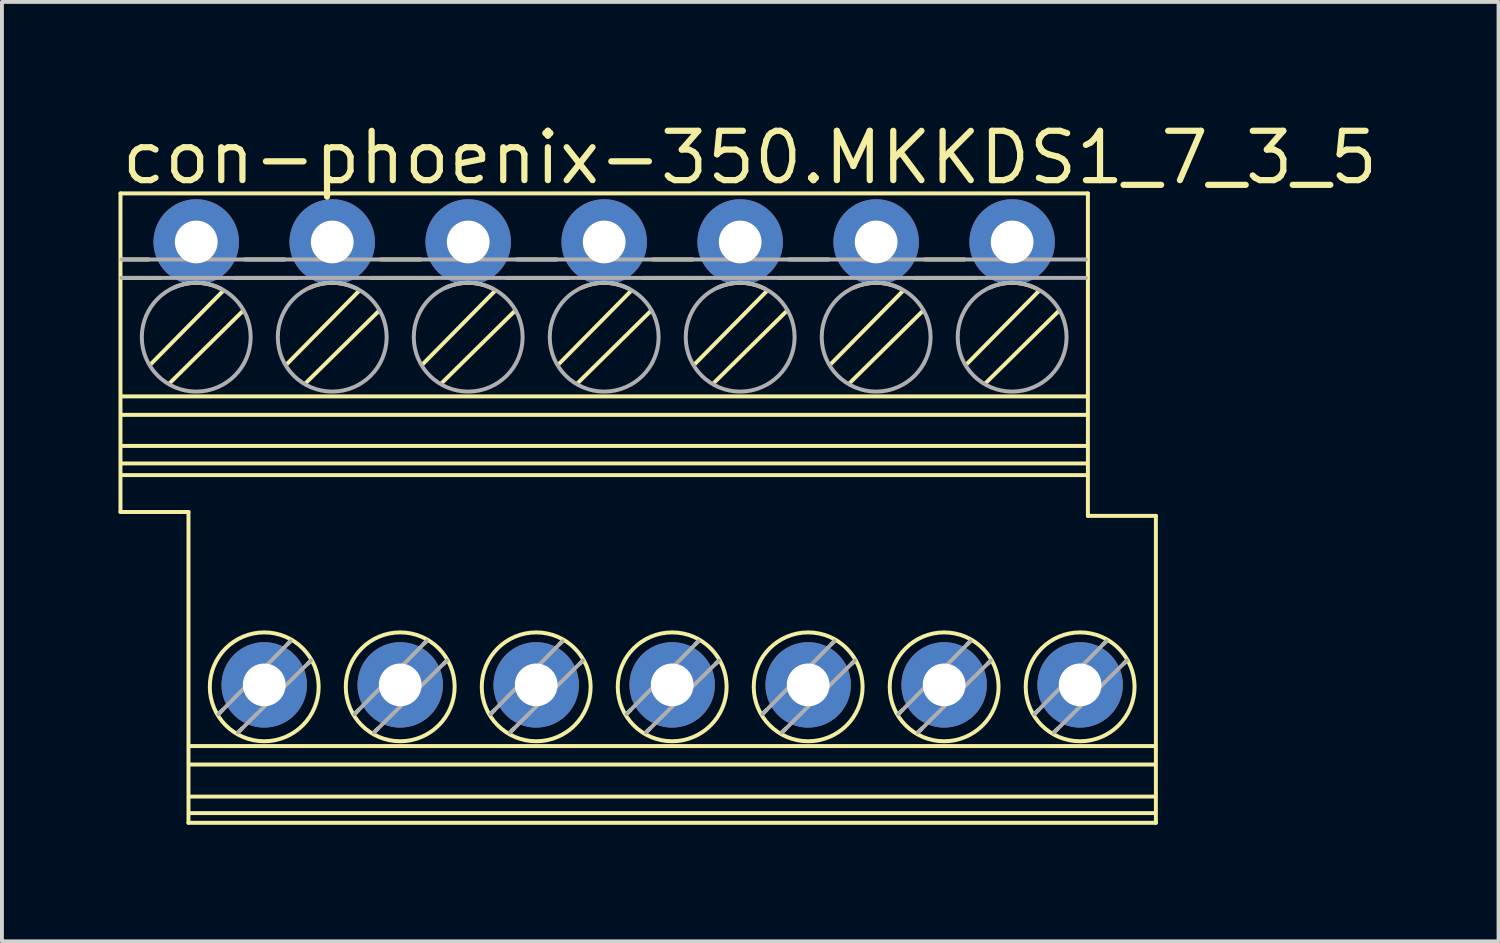
<source format=kicad_pcb>
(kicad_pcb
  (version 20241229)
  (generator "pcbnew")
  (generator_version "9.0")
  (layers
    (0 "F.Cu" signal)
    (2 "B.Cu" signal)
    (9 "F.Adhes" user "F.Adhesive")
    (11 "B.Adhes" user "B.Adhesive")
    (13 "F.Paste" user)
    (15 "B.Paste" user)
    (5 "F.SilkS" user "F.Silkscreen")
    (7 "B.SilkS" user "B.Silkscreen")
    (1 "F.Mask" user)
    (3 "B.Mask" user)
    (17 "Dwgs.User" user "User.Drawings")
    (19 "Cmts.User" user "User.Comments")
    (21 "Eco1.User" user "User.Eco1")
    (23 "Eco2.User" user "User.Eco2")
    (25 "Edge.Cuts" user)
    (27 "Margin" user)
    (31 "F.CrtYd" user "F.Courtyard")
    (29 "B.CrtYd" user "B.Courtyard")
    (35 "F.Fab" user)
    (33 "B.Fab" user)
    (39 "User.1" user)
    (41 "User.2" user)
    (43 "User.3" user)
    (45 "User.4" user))
  (footprint "con-phoenix-350.MKKDS1_7_3_5"
    (layer "F.Cu")
    (at 12.501 10.028)
    (property "Reference" "con-phoenix-350.MKKDS1_7_3_5" (at -12.501 -8.278 0) (layer "F.SilkS") (effects (font (size 1.27 1.27) (thickness 0.16)) (justify left bottom)))
    (attr through_hole)
    (fp_line (start -12.45 -8.1) (end 12.45 -8.1) (stroke (width 0.102) (type default)) (layer "F.SilkS"))
    (fp_line (start -12.45 0.1) (end -12.45 -8.1) (stroke (width 0.102) (type default)) (layer "F.SilkS"))
    (fp_line (start -12.425 -6.4) (end -11.725 -6.4) (stroke (width 0.102) (type default)) (layer "F.SilkS"))
    (fp_line (start -12.425 -5.925) (end -11.425 -5.925) (stroke (width 0.102) (type default)) (layer "F.SilkS"))
    (fp_line (start -12.4 -2.875) (end 12.425 -2.875) (stroke (width 0.102) (type default)) (layer "F.SilkS"))
    (fp_line (start -12.4 -2.4) (end 12.425 -2.4) (stroke (width 0.102) (type default)) (layer "F.SilkS"))
    (fp_line (start -12.4 -1.6) (end 12.425 -1.6) (stroke (width 0.102) (type default)) (layer "F.SilkS"))
    (fp_line (start -12.4 -0.85) (end 12.425 -0.85) (stroke (width 0.102) (type default)) (layer "F.SilkS"))
    (fp_line (start -11.675 -3.7) (end -9.825 -5.575) (stroke (width 0.102) (type default)) (layer "F.SilkS"))
    (fp_line (start -11.175 -3.225) (end -9.3 -5.075) (stroke (width 0.102) (type default)) (layer "F.SilkS"))
    (fp_line (start -10.7 0.1) (end -12.45 0.1) (stroke (width 0.102) (type default)) (layer "F.SilkS"))
    (fp_line (start -10.7 8.1) (end -10.7 0.1) (stroke (width 0.102) (type default)) (layer "F.SilkS"))
    (fp_line (start -10.65 6.125) (end 14.175 6.125) (stroke (width 0.102) (type default)) (layer "F.SilkS"))
    (fp_line (start -10.65 6.6) (end 14.175 6.6) (stroke (width 0.102) (type default)) (layer "F.SilkS"))
    (fp_line (start -10.65 7.425) (end 14.175 7.425) (stroke (width 0.102) (type default)) (layer "F.SilkS"))
    (fp_line (start -10.65 7.85) (end 14.175 7.85) (stroke (width 0.102) (type default)) (layer "F.SilkS"))
    (fp_line (start -9.925 5.3) (end -9.825 5.2) (stroke (width 0.102) (type default)) (layer "F.SilkS"))
    (fp_line (start -9.5 -5.925) (end -7.925 -5.925) (stroke (width 0.102) (type default)) (layer "F.SilkS"))
    (fp_line (start -9.425 5.775) (end -9.325 5.675) (stroke (width 0.102) (type default)) (layer "F.SilkS"))
    (fp_line (start -9.25 -6.4) (end -8.225 -6.4) (stroke (width 0.102) (type default)) (layer "F.SilkS"))
    (fp_line (start -8.175 -3.7) (end -6.325 -5.575) (stroke (width 0.102) (type default)) (layer "F.SilkS"))
    (fp_line (start -8.15 3.5) (end -8.075 3.425) (stroke (width 0.102) (type default)) (layer "F.SilkS"))
    (fp_line (start -7.675 -3.225) (end -5.8 -5.075) (stroke (width 0.102) (type default)) (layer "F.SilkS"))
    (fp_line (start -7.625 4) (end -7.55 3.925) (stroke (width 0.102) (type default)) (layer "F.SilkS"))
    (fp_line (start -6.425 5.3) (end -6.325 5.2) (stroke (width 0.102) (type default)) (layer "F.SilkS"))
    (fp_line (start -6 -5.925) (end -4.425 -5.925) (stroke (width 0.102) (type default)) (layer "F.SilkS"))
    (fp_line (start -5.925 5.775) (end -5.825 5.675) (stroke (width 0.102) (type default)) (layer "F.SilkS"))
    (fp_line (start -5.75 -6.4) (end -4.725 -6.4) (stroke (width 0.102) (type default)) (layer "F.SilkS"))
    (fp_line (start -4.675 -3.7) (end -2.825 -5.575) (stroke (width 0.102) (type default)) (layer "F.SilkS"))
    (fp_line (start -4.65 3.5) (end -4.575 3.425) (stroke (width 0.102) (type default)) (layer "F.SilkS"))
    (fp_line (start -4.175 -3.225) (end -2.3 -5.075) (stroke (width 0.102) (type default)) (layer "F.SilkS"))
    (fp_line (start -4.125 4) (end -4.05 3.925) (stroke (width 0.102) (type default)) (layer "F.SilkS"))
    (fp_line (start -2.925 5.3) (end -2.825 5.2) (stroke (width 0.102) (type default)) (layer "F.SilkS"))
    (fp_line (start -2.5 -5.925) (end -0.925 -5.925) (stroke (width 0.102) (type default)) (layer "F.SilkS"))
    (fp_line (start -2.425 5.775) (end -2.325 5.675) (stroke (width 0.102) (type default)) (layer "F.SilkS"))
    (fp_line (start -2.25 -6.4) (end -1.225 -6.4) (stroke (width 0.102) (type default)) (layer "F.SilkS"))
    (fp_line (start -1.175 -3.7) (end 0.675 -5.575) (stroke (width 0.102) (type default)) (layer "F.SilkS"))
    (fp_line (start -1.15 3.5) (end -1.075 3.425) (stroke (width 0.102) (type default)) (layer "F.SilkS"))
    (fp_line (start -0.675 -3.225) (end 1.2 -5.075) (stroke (width 0.102) (type default)) (layer "F.SilkS"))
    (fp_line (start -0.625 4) (end -0.55 3.925) (stroke (width 0.102) (type default)) (layer "F.SilkS"))
    (fp_line (start 0.575 5.3) (end 0.675 5.2) (stroke (width 0.102) (type default)) (layer "F.SilkS"))
    (fp_line (start 1 -5.925) (end 2.575 -5.925) (stroke (width 0.102) (type default)) (layer "F.SilkS"))
    (fp_line (start 1.075 5.775) (end 1.175 5.675) (stroke (width 0.102) (type default)) (layer "F.SilkS"))
    (fp_line (start 1.25 -6.4) (end 2.275 -6.4) (stroke (width 0.102) (type default)) (layer "F.SilkS"))
    (fp_line (start 2.325 -3.7) (end 4.175 -5.575) (stroke (width 0.102) (type default)) (layer "F.SilkS"))
    (fp_line (start 2.35 3.5) (end 2.425 3.425) (stroke (width 0.102) (type default)) (layer "F.SilkS"))
    (fp_line (start 2.825 -3.225) (end 4.7 -5.075) (stroke (width 0.102) (type default)) (layer "F.SilkS"))
    (fp_line (start 2.875 4) (end 2.95 3.925) (stroke (width 0.102) (type default)) (layer "F.SilkS"))
    (fp_line (start 4.075 5.3) (end 4.175 5.2) (stroke (width 0.102) (type default)) (layer "F.SilkS"))
    (fp_line (start 4.5 -5.925) (end 6.075 -5.925) (stroke (width 0.102) (type default)) (layer "F.SilkS"))
    (fp_line (start 4.575 5.775) (end 4.675 5.675) (stroke (width 0.102) (type default)) (layer "F.SilkS"))
    (fp_line (start 4.75 -6.4) (end 5.775 -6.4) (stroke (width 0.102) (type default)) (layer "F.SilkS"))
    (fp_line (start 5.825 -3.7) (end 7.675 -5.575) (stroke (width 0.102) (type default)) (layer "F.SilkS"))
    (fp_line (start 5.85 3.5) (end 5.925 3.425) (stroke (width 0.102) (type default)) (layer "F.SilkS"))
    (fp_line (start 6.325 -3.225) (end 8.2 -5.075) (stroke (width 0.102) (type default)) (layer "F.SilkS"))
    (fp_line (start 6.375 4) (end 6.45 3.925) (stroke (width 0.102) (type default)) (layer "F.SilkS"))
    (fp_line (start 7.575 5.3) (end 7.675 5.2) (stroke (width 0.102) (type default)) (layer "F.SilkS"))
    (fp_line (start 8 -5.925) (end 9.575 -5.925) (stroke (width 0.102) (type default)) (layer "F.SilkS"))
    (fp_line (start 8.075 5.775) (end 8.175 5.675) (stroke (width 0.102) (type default)) (layer "F.SilkS"))
    (fp_line (start 8.25 -6.4) (end 9.275 -6.4) (stroke (width 0.102) (type default)) (layer "F.SilkS"))
    (fp_line (start 9.325 -3.7) (end 11.175 -5.575) (stroke (width 0.102) (type default)) (layer "F.SilkS"))
    (fp_line (start 9.35 3.5) (end 9.425 3.425) (stroke (width 0.102) (type default)) (layer "F.SilkS"))
    (fp_line (start 9.825 -3.225) (end 11.7 -5.075) (stroke (width 0.102) (type default)) (layer "F.SilkS"))
    (fp_line (start 9.875 4) (end 9.95 3.925) (stroke (width 0.102) (type default)) (layer "F.SilkS"))
    (fp_line (start 11.075 5.3) (end 11.175 5.2) (stroke (width 0.102) (type default)) (layer "F.SilkS"))
    (fp_line (start 11.575 5.775) (end 11.675 5.675) (stroke (width 0.102) (type default)) (layer "F.SilkS"))
    (fp_line (start 12.425 -1.15) (end -12.4 -1.15) (stroke (width 0.102) (type default)) (layer "F.SilkS"))
    (fp_line (start 12.45 -8.1) (end 12.45 0.2) (stroke (width 0.102) (type default)) (layer "F.SilkS"))
    (fp_line (start 12.45 0.2) (end 14.2 0.2) (stroke (width 0.102) (type default)) (layer "F.SilkS"))
    (fp_line (start 12.85 3.5) (end 12.925 3.425) (stroke (width 0.102) (type default)) (layer "F.SilkS"))
    (fp_line (start 13.375 4) (end 13.45 3.925) (stroke (width 0.102) (type default)) (layer "F.SilkS"))
    (fp_line (start 14.2 0.2) (end 14.2 8.1) (stroke (width 0.102) (type default)) (layer "F.SilkS"))
    (fp_line (start 14.2 8.1) (end -10.7 8.1) (stroke (width 0.102) (type default)) (layer "F.SilkS"))
    (fp_arc (start -11.075 -5.675) (mid -10.472184 -5.797679) (end -9.875 -5.65) (stroke (width 0.1016) (type default)) (layer "F.SilkS"))
    (fp_arc (start -7.575 -5.675) (mid -6.972184 -5.797679) (end -6.375 -5.65) (stroke (width 0.1016) (type default)) (layer "F.SilkS"))
    (fp_arc (start -4.075 -5.675) (mid -3.472184 -5.797679) (end -2.875 -5.65) (stroke (width 0.1016) (type default)) (layer "F.SilkS"))
    (fp_arc (start -0.575 -5.675) (mid 0.027816 -5.797679) (end 0.625 -5.65) (stroke (width 0.1016) (type default)) (layer "F.SilkS"))
    (fp_arc (start 2.925 -5.675) (mid 3.527816 -5.797679) (end 4.125 -5.65) (stroke (width 0.1016) (type default)) (layer "F.SilkS"))
    (fp_arc (start 6.425 -5.675) (mid 7.027816 -5.797679) (end 7.625 -5.65) (stroke (width 0.1016) (type default)) (layer "F.SilkS"))
    (fp_arc (start 9.925 -5.675) (mid 10.527816 -5.797679) (end 11.125 -5.65) (stroke (width 0.1016) (type default)) (layer "F.SilkS"))
    (fp_circle (center -8.75 4.6) (end -7.349 4.6) (stroke (width 0.102) (type default)) (fill no) (layer "F.SilkS"))
    (fp_circle (center -5.25 4.6) (end -3.849 4.6) (stroke (width 0.102) (type default)) (fill no) (layer "F.SilkS"))
    (fp_circle (center -1.75 4.6) (end -0.349 4.6) (stroke (width 0.102) (type default)) (fill no) (layer "F.SilkS"))
    (fp_circle (center 1.75 4.6) (end 3.151 4.6) (stroke (width 0.102) (type default)) (fill no) (layer "F.SilkS"))
    (fp_circle (center 5.25 4.6) (end 6.651 4.6) (stroke (width 0.102) (type default)) (fill no) (layer "F.SilkS"))
    (fp_circle (center 8.75 4.6) (end 10.151 4.6) (stroke (width 0.102) (type default)) (fill no) (layer "F.SilkS"))
    (fp_circle (center 12.25 4.6) (end 13.651 4.6) (stroke (width 0.102) (type default)) (fill no) (layer "F.SilkS"))
    (fp_line (start -12.425 -6.4) (end 12.4 -6.4) (stroke (width 0.102) (type default)) (layer "F.Fab"))
    (fp_line (start -12.425 -5.925) (end 12.4 -5.925) (stroke (width 0.102) (type default)) (layer "F.Fab"))
    (fp_line (start -9.925 5.3) (end -8.075 3.425) (stroke (width 0.102) (type default)) (layer "F.Fab"))
    (fp_line (start -9.425 5.775) (end -7.55 3.925) (stroke (width 0.102) (type default)) (layer "F.Fab"))
    (fp_line (start -6.425 5.3) (end -4.575 3.425) (stroke (width 0.102) (type default)) (layer "F.Fab"))
    (fp_line (start -5.925 5.775) (end -4.05 3.925) (stroke (width 0.102) (type default)) (layer "F.Fab"))
    (fp_line (start -2.925 5.3) (end -1.075 3.425) (stroke (width 0.102) (type default)) (layer "F.Fab"))
    (fp_line (start -2.425 5.775) (end -0.55 3.925) (stroke (width 0.102) (type default)) (layer "F.Fab"))
    (fp_line (start 0.575 5.3) (end 2.425 3.425) (stroke (width 0.102) (type default)) (layer "F.Fab"))
    (fp_line (start 1.075 5.775) (end 2.95 3.925) (stroke (width 0.102) (type default)) (layer "F.Fab"))
    (fp_line (start 4.075 5.3) (end 5.925 3.425) (stroke (width 0.102) (type default)) (layer "F.Fab"))
    (fp_line (start 4.575 5.775) (end 6.45 3.925) (stroke (width 0.102) (type default)) (layer "F.Fab"))
    (fp_line (start 7.575 5.3) (end 9.425 3.425) (stroke (width 0.102) (type default)) (layer "F.Fab"))
    (fp_line (start 8.075 5.775) (end 9.95 3.925) (stroke (width 0.102) (type default)) (layer "F.Fab"))
    (fp_line (start 11.075 5.3) (end 12.925 3.425) (stroke (width 0.102) (type default)) (layer "F.Fab"))
    (fp_line (start 11.575 5.775) (end 13.45 3.925) (stroke (width 0.102) (type default)) (layer "F.Fab"))
    (fp_circle (center -10.5 -4.4) (end -9.099 -4.4) (stroke (width 0.102) (type default)) (fill no) (layer "F.Fab"))
    (fp_circle (center -7 -4.4) (end -5.599 -4.4) (stroke (width 0.102) (type default)) (fill no) (layer "F.Fab"))
    (fp_circle (center -3.5 -4.4) (end -2.099 -4.4) (stroke (width 0.102) (type default)) (fill no) (layer "F.Fab"))
    (fp_circle (center 0 -4.4) (end 1.401 -4.4) (stroke (width 0.102) (type default)) (fill no) (layer "F.Fab"))
    (fp_circle (center 3.5 -4.4) (end 4.901 -4.4) (stroke (width 0.102) (type default)) (fill no) (layer "F.Fab"))
    (fp_circle (center 7 -4.4) (end 8.401 -4.4) (stroke (width 0.102) (type default)) (fill no) (layer "F.Fab"))
    (fp_circle (center 10.5 -4.4) (end 11.901 -4.4) (stroke (width 0.102) (type default)) (fill no) (layer "F.Fab"))
    (pad "1" thru_hole circle (at -10.5 -6.85) (size 2.2 2.2) (drill 1.1) (layers "*.Cu" "*.Mask"))
    (pad "2" thru_hole circle (at -8.75 4.55) (size 2.2 2.2) (drill 1.1) (layers "*.Cu" "*.Mask"))
    (pad "3" thru_hole circle (at -7 -6.85) (size 2.2 2.2) (drill 1.1) (layers "*.Cu" "*.Mask"))
    (pad "4" thru_hole circle (at -5.25 4.55) (size 2.2 2.2) (drill 1.1) (layers "*.Cu" "*.Mask"))
    (pad "5" thru_hole circle (at -3.5 -6.85) (size 2.2 2.2) (drill 1.1) (layers "*.Cu" "*.Mask"))
    (pad "6" thru_hole circle (at -1.75 4.55) (size 2.2 2.2) (drill 1.1) (layers "*.Cu" "*.Mask"))
    (pad "7" thru_hole circle (at 0 -6.85) (size 2.2 2.2) (drill 1.1) (layers "*.Cu" "*.Mask"))
    (pad "8" thru_hole circle (at 1.75 4.55) (size 2.2 2.2) (drill 1.1) (layers "*.Cu" "*.Mask"))
    (pad "9" thru_hole circle (at 3.5 -6.85) (size 2.2 2.2) (drill 1.1) (layers "*.Cu" "*.Mask"))
    (pad "10" thru_hole circle (at 5.25 4.55) (size 2.2 2.2) (drill 1.1) (layers "*.Cu" "*.Mask"))
    (pad "11" thru_hole circle (at 7 -6.85) (size 2.2 2.2) (drill 1.1) (layers "*.Cu" "*.Mask"))
    (pad "12" thru_hole circle (at 8.75 4.55) (size 2.2 2.2) (drill 1.1) (layers "*.Cu" "*.Mask"))
    (pad "13" thru_hole circle (at 10.5 -6.85) (size 2.2 2.2) (drill 1.1) (layers "*.Cu" "*.Mask"))
    (pad "14" thru_hole circle (at 12.25 4.55) (size 2.2 2.2) (drill 1.1) (layers "*.Cu" "*.Mask")))
  (gr_rect
    (start -3 -3)
    (end 35.52 21.179)
    (stroke (width 0.1) (type default))
    (fill no)
    (layer "Edge.Cuts")))
</source>
